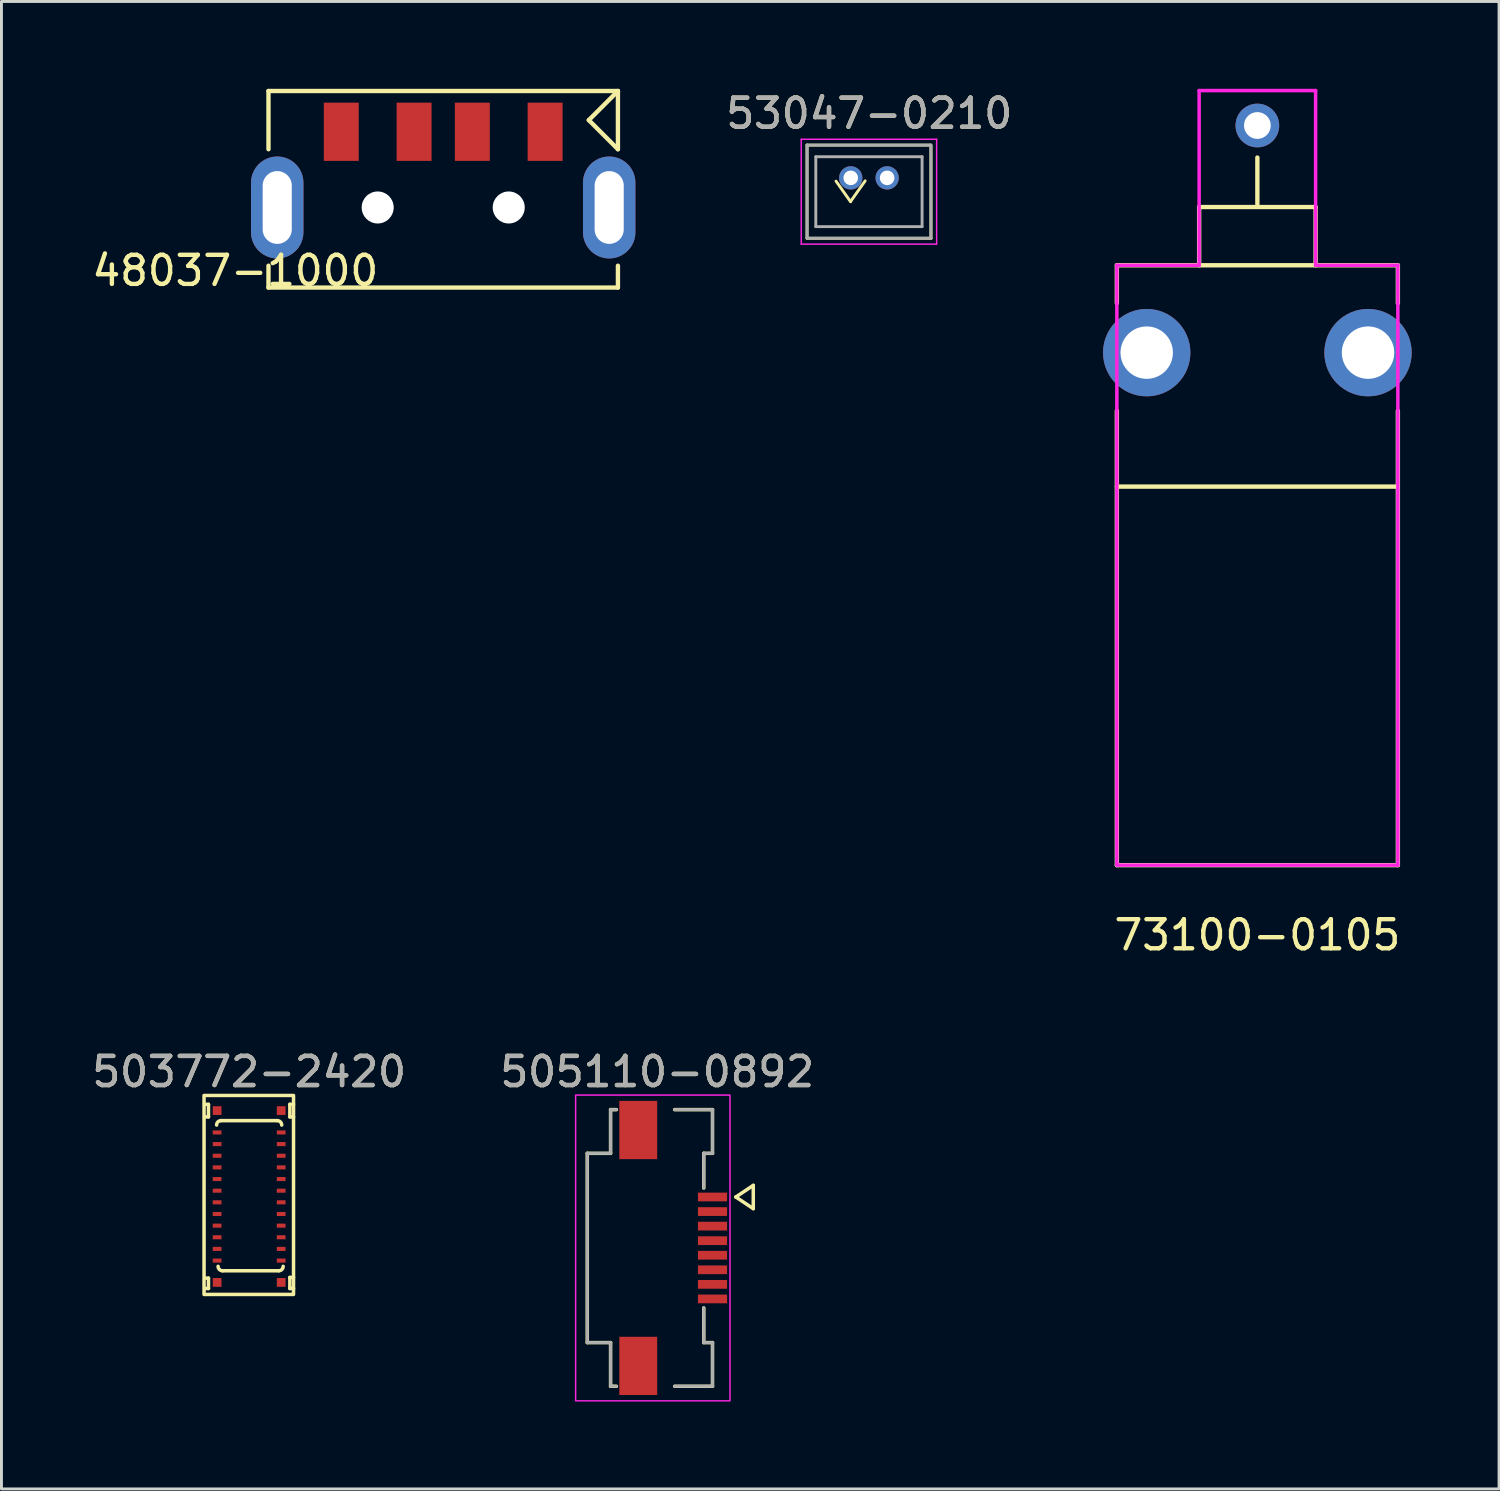
<source format=kicad_pcb>
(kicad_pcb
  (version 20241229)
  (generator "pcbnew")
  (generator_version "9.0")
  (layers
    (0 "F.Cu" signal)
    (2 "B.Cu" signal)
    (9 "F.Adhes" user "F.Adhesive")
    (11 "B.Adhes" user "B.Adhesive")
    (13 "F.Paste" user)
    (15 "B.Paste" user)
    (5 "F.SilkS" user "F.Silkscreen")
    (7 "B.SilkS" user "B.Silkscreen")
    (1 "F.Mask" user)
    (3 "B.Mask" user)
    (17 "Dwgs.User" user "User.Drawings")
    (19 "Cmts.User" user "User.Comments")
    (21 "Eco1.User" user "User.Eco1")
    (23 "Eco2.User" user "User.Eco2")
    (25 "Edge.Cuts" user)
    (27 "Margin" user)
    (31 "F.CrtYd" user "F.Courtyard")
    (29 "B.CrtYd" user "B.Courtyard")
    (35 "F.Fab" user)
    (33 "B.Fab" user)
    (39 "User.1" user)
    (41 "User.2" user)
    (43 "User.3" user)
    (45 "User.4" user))
  (footprint "503772-2420"
    (layer "F.Cu")
    (at 5.506 35.839)
    (property "Reference" "503772-2420" (at 0 -2.083 0) (unlocked yes) (layer "F.SilkS") (effects (font (size 1 1) (thickness 0.15))))
    (attr smd)
    (fp_line (start -1.524 -0.965) (end -1.397 -0.965) (stroke (width 0.12) (type solid)) (layer "F.SilkS"))
    (fp_line (start -1.524 5.004) (end -1.397 5.004) (stroke (width 0.12) (type solid)) (layer "F.SilkS"))
    (fp_line (start -1.397 -0.965) (end -1.397 -0.533) (stroke (width 0.12) (type solid)) (layer "F.SilkS"))
    (fp_line (start -1.397 -0.533) (end -1.524 -0.533) (stroke (width 0.12) (type solid)) (layer "F.SilkS"))
    (fp_line (start -1.397 5.004) (end -1.397 5.359) (stroke (width 0.12) (type solid)) (layer "F.SilkS"))
    (fp_line (start -1.397 5.359) (end -1.524 5.359) (stroke (width 0.12) (type solid)) (layer "F.SilkS"))
    (fp_line (start -0.965 -0.406) (end 0.965 -0.406) (stroke (width 0.12) (type solid)) (layer "F.SilkS"))
    (fp_line (start -0.914 4.75) (end 1.016 4.75) (stroke (width 0.12) (type solid)) (layer "F.SilkS"))
    (fp_line (start 1.397 -0.965) (end 1.397 -0.533) (stroke (width 0.12) (type solid)) (layer "F.SilkS"))
    (fp_line (start 1.397 -0.533) (end 1.524 -0.533) (stroke (width 0.12) (type solid)) (layer "F.SilkS"))
    (fp_line (start 1.397 4.978) (end 1.397 5.359) (stroke (width 0.12) (type solid)) (layer "F.SilkS"))
    (fp_line (start 1.397 5.359) (end 1.524 5.359) (stroke (width 0.12) (type solid)) (layer "F.SilkS"))
    (fp_line (start 1.524 -0.965) (end 1.397 -0.965) (stroke (width 0.12) (type solid)) (layer "F.SilkS"))
    (fp_line (start 1.524 4.978) (end 1.397 4.978) (stroke (width 0.12) (type solid)) (layer "F.SilkS"))
    (fp_rect (start -1.549 -1.27) (end 1.524 5.563) (stroke (width 0.12) (type solid)) (fill no) (layer "F.SilkS"))
    (fp_arc (start -1.1176 -0.254) (mid -1.072963 -0.361763) (end -0.9652 -0.4064) (stroke (width 0.12) (type solid)) (layer "F.SilkS"))
    (fp_arc (start -0.9144 4.7498) (mid -1.022163 4.705163) (end -1.0668 4.5974) (stroke (width 0.12) (type solid)) (layer "F.SilkS"))
    (fp_arc (start 0.9652 -0.4064) (mid 1.072963 -0.361763) (end 1.1176 -0.254) (stroke (width 0.12) (type solid)) (layer "F.SilkS"))
    (fp_arc (start 1.1684 4.5974) (mid 1.123763 4.705163) (end 1.016 4.7498) (stroke (width 0.12) (type solid)) (layer "F.SilkS"))
    (fp_text user "${REFERENCE}" (at 0 -2.083 0) (unlocked yes) (layer "F.Fab") (effects (font (size 1 1) (thickness 0.15))))
    (pad "1" smd rect (at -1.1 0) (size 0.3 0.14) (layers "F.Cu" "F.Mask" "F.Paste"))
    (pad "2" smd rect (at 1.1 0) (size 0.3 0.14) (layers "F.Cu" "F.Mask" "F.Paste"))
    (pad "3" smd rect (at -1.1 0.4) (size 0.3 0.14) (layers "F.Cu" "F.Mask" "F.Paste"))
    (pad "4" smd rect (at 1.1 0.4) (size 0.3 0.14) (layers "F.Cu" "F.Mask" "F.Paste"))
    (pad "5" smd rect (at -1.1 0.8) (size 0.3 0.14) (layers "F.Cu" "F.Mask" "F.Paste"))
    (pad "6" smd rect (at 1.1 0.8) (size 0.3 0.14) (layers "F.Cu" "F.Mask" "F.Paste"))
    (pad "7" smd rect (at -1.1 1.2) (size 0.3 0.14) (layers "F.Cu" "F.Mask" "F.Paste"))
    (pad "8" smd rect (at 1.1 1.2) (size 0.3 0.14) (layers "F.Cu" "F.Mask" "F.Paste"))
    (pad "9" smd rect (at -1.1 1.6) (size 0.3 0.14) (layers "F.Cu" "F.Mask" "F.Paste"))
    (pad "10" smd rect (at 1.1 1.6) (size 0.3 0.14) (layers "F.Cu" "F.Mask" "F.Paste"))
    (pad "11" smd rect (at -1.1 2) (size 0.3 0.14) (layers "F.Cu" "F.Mask" "F.Paste"))
    (pad "12" smd rect (at 1.1 2) (size 0.3 0.14) (layers "F.Cu" "F.Mask" "F.Paste"))
    (pad "13" smd rect (at -1.1 2.4) (size 0.3 0.14) (layers "F.Cu" "F.Mask" "F.Paste"))
    (pad "14" smd rect (at 1.1 2.4) (size 0.3 0.14) (layers "F.Cu" "F.Mask" "F.Paste"))
    (pad "15" smd rect (at -1.1 2.8) (size 0.3 0.14) (layers "F.Cu" "F.Mask" "F.Paste"))
    (pad "16" smd rect (at 1.1 2.8) (size 0.3 0.14) (layers "F.Cu" "F.Mask" "F.Paste"))
    (pad "17" smd rect (at -1.1 3.2) (size 0.3 0.14) (layers "F.Cu" "F.Mask" "F.Paste"))
    (pad "18" smd rect (at 1.1 3.2) (size 0.3 0.14) (layers "F.Cu" "F.Mask" "F.Paste"))
    (pad "19" smd rect (at -1.1 3.6) (size 0.3 0.14) (layers "F.Cu" "F.Mask" "F.Paste"))
    (pad "20" smd rect (at 1.1 3.6) (size 0.3 0.14) (layers "F.Cu" "F.Mask" "F.Paste"))
    (pad "21" smd rect (at -1.1 4) (size 0.3 0.14) (layers "F.Cu" "F.Mask" "F.Paste"))
    (pad "22" smd rect (at 1.1 4) (size 0.3 0.14) (layers "F.Cu" "F.Mask" "F.Paste"))
    (pad "23" smd rect (at -1.1 4.4) (size 0.3 0.14) (layers "F.Cu" "F.Mask" "F.Paste"))
    (pad "24" smd rect (at 1.1 4.4) (size 0.3 0.14) (layers "F.Cu" "F.Mask" "F.Paste"))
    (pad "G1" smd rect (at -1.1 -0.75) (size 0.3 0.3) (layers "F.Cu" "F.Mask" "F.Paste"))
    (pad "G1" smd rect (at 1.1 -0.75) (size 0.3 0.3) (layers "F.Cu" "F.Mask" "F.Paste"))
    (pad "G2" smd rect (at -1.1 5.15) (size 0.3 0.3) (layers "F.Cu" "F.Mask" "F.Paste"))
    (pad "G2" smd rect (at 1.1 5.15) (size 0.3 0.3) (layers "F.Cu" "F.Mask" "F.Paste")))
  (footprint "505110-0892"
    (layer "F.Cu")
    (at 21.418 38.056)
    (property "Reference" "505110-0892" (at -1.9 -4.3 0) (unlocked yes) (layer "F.SilkS") (effects (font (size 1 1) (thickness 0.15))))
    (attr smd)
    (fp_line (start -4.3 -1.5) (end -4.3 5) (stroke (width 0.12) (type solid)) (layer "F.SilkS"))
    (fp_line (start -4.3 5) (end -3.5 5) (stroke (width 0.12) (type solid)) (layer "F.SilkS"))
    (fp_line (start -3.5 -1.5) (end -4.3 -1.5) (stroke (width 0.12) (type solid)) (layer "F.SilkS"))
    (fp_line (start -3.5 -1.5) (end -3.5 -3) (stroke (width 0.12) (type solid)) (layer "F.SilkS"))
    (fp_line (start -3.5 6.5) (end -3.5 5) (stroke (width 0.12) (type solid)) (layer "F.SilkS"))
    (fp_line (start -3.5 6.5) (end -3.3 6.5) (stroke (width 0.12) (type solid)) (layer "F.SilkS"))
    (fp_line (start -3.3 -3) (end -3.5 -3) (stroke (width 0.12) (type solid)) (layer "F.SilkS"))
    (fp_line (start -1.3 6.5) (end 0 6.5) (stroke (width 0.12) (type solid)) (layer "F.SilkS"))
    (fp_line (start -0.3 -1.5) (end 0 -1.5) (stroke (width 0.12) (type solid)) (layer "F.SilkS"))
    (fp_line (start -0.3 -0.31) (end -0.3 -1.5) (stroke (width 0.12) (type solid)) (layer "F.SilkS"))
    (fp_line (start -0.3 5) (end -0.3 3.81) (stroke (width 0.12) (type solid)) (layer "F.SilkS"))
    (fp_line (start 0 -3) (end -1.3 -3) (stroke (width 0.12) (type solid)) (layer "F.SilkS"))
    (fp_line (start 0 -1.5) (end 0 -3) (stroke (width 0.12) (type solid)) (layer "F.SilkS"))
    (fp_line (start 0 5) (end -0.3 5) (stroke (width 0.12) (type solid)) (layer "F.SilkS"))
    (fp_line (start 0 6.5) (end 0 5) (stroke (width 0.12) (type solid)) (layer "F.SilkS"))
    (fp_line (start 0.8 0) (end 1.4 -0.4) (stroke (width 0.12) (type solid)) (layer "F.SilkS"))
    (fp_line (start 1.4 -0.4) (end 1.4 0.4) (stroke (width 0.12) (type solid)) (layer "F.SilkS"))
    (fp_line (start 1.4 0.4) (end 0.8 0) (stroke (width 0.12) (type solid)) (layer "F.SilkS"))
    (fp_rect (start -4.7 -3.5) (end 0.6 7) (stroke (width 0.05) (type solid)) (fill no) (layer "F.CrtYd"))
    (fp_line (start -4.3 -1.5) (end -4.3 5) (stroke (width 0.1) (type solid)) (layer "F.Fab"))
    (fp_line (start -4.3 5) (end -3.5 5) (stroke (width 0.1) (type solid)) (layer "F.Fab"))
    (fp_line (start -3.5 -3) (end -3.5 -1.5) (stroke (width 0.1) (type solid)) (layer "F.Fab"))
    (fp_line (start -3.5 -3) (end -3.3 -3) (stroke (width 0.1) (type solid)) (layer "F.Fab"))
    (fp_line (start -3.5 -1.5) (end -4.3 -1.5) (stroke (width 0.1) (type solid)) (layer "F.Fab"))
    (fp_line (start -3.5 5) (end -3.5 6.5) (stroke (width 0.1) (type solid)) (layer "F.Fab"))
    (fp_line (start -3.5 6.5) (end -3.3 6.5) (stroke (width 0.1) (type solid)) (layer "F.Fab"))
    (fp_line (start -1.3 -3) (end 0 -3) (stroke (width 0.1) (type solid)) (layer "F.Fab"))
    (fp_line (start -1.3 6.5) (end 0 6.5) (stroke (width 0.1) (type solid)) (layer "F.Fab"))
    (fp_line (start -0.3 -1.5) (end -0.3 -0.3) (stroke (width 0.1) (type solid)) (layer "F.Fab"))
    (fp_line (start -0.3 5) (end -0.3 3.8) (stroke (width 0.1) (type solid)) (layer "F.Fab"))
    (fp_line (start 0 -3) (end 0 -1.5) (stroke (width 0.1) (type solid)) (layer "F.Fab"))
    (fp_line (start 0 -1.5) (end -0.3 -1.5) (stroke (width 0.1) (type solid)) (layer "F.Fab"))
    (fp_line (start 0 5) (end -0.3 5) (stroke (width 0.1) (type solid)) (layer "F.Fab"))
    (fp_line (start 0 6.5) (end 0 5) (stroke (width 0.1) (type solid)) (layer "F.Fab"))
    (fp_text user "${REFERENCE}" (at -1.9 -4.3 0) (unlocked yes) (layer "F.Fab") (effects (font (size 1 1) (thickness 0.15))))
    (pad "1" smd rect (at 0 0) (size 1 0.3) (layers "F.Cu" "F.Mask" "F.Paste"))
    (pad "2" smd rect (at 0 0.5) (size 1 0.3) (layers "F.Cu" "F.Mask" "F.Paste"))
    (pad "3" smd rect (at 0 1) (size 1 0.3) (layers "F.Cu" "F.Mask" "F.Paste"))
    (pad "4" smd rect (at 0 1.5) (size 1 0.3) (layers "F.Cu" "F.Mask" "F.Paste"))
    (pad "5" smd rect (at 0 2) (size 1 0.3) (layers "F.Cu" "F.Mask" "F.Paste"))
    (pad "6" smd rect (at 0 2.5) (size 1 0.3) (layers "F.Cu" "F.Mask" "F.Paste"))
    (pad "7" smd rect (at 0 3) (size 1 0.3) (layers "F.Cu" "F.Mask" "F.Paste"))
    (pad "8" smd rect (at 0 3.5) (size 1 0.3) (layers "F.Cu" "F.Mask" "F.Paste"))
    (pad "A1" smd rect (at -2.55 -2.3) (size 1.3 2) (layers "F.Cu" "F.Mask" "F.Paste"))
    (pad "A2" smd rect (at -2.55 5.8) (size 1.3 2) (layers "F.Cu" "F.Mask" "F.Paste")))
  (footprint "73100-0105"
    (layer "F.Cu")
    (at 40.129 9.06)
    (property "Reference" "73100-0105" (at 0 20 0) (unlocked yes) (layer "F.SilkS") (effects (font (size 1 1) (thickness 0.15))))
    (attr through_hole)
    (fp_line (start -4.825 -3) (end -4.825 -1.7) (stroke (width 0.15) (type solid)) (layer "F.SilkS"))
    (fp_line (start -4.825 -3) (end 4.825 -3) (stroke (width 0.15) (type solid)) (layer "F.SilkS"))
    (fp_line (start -4.825 4.6) (end 4.825 4.6) (stroke (width 0.15) (type solid)) (layer "F.SilkS"))
    (fp_line (start -4.825 17.6) (end -4.825 2) (stroke (width 0.15) (type solid)) (layer "F.SilkS"))
    (fp_line (start -2 -5) (end 2 -5) (stroke (width 0.15) (type solid)) (layer "F.SilkS"))
    (fp_line (start -2 -3) (end -2 -5) (stroke (width 0.15) (type solid)) (layer "F.SilkS"))
    (fp_line (start 0 -5.1) (end 0 -6.7) (stroke (width 0.15) (type solid)) (layer "F.SilkS"))
    (fp_line (start 2 -5) (end 2 -3) (stroke (width 0.15) (type solid)) (layer "F.SilkS"))
    (fp_line (start 4.825 -3) (end 4.825 -1.7) (stroke (width 0.15) (type solid)) (layer "F.SilkS"))
    (fp_line (start 4.825 2) (end 4.825 17.6) (stroke (width 0.15) (type solid)) (layer "F.SilkS"))
    (fp_line (start 4.825 17.6) (end -4.825 17.6) (stroke (width 0.15) (type solid)) (layer "F.SilkS"))
    (fp_line (start -4.825 -3) (end -2 -3) (stroke (width 0.12) (type solid)) (layer "F.CrtYd"))
    (fp_line (start -4.825 17.6) (end -4.825 -3) (stroke (width 0.12) (type solid)) (layer "F.CrtYd"))
    (fp_line (start -2 -9) (end 2 -9) (stroke (width 0.12) (type solid)) (layer "F.CrtYd"))
    (fp_line (start -2 -3) (end -2 -9) (stroke (width 0.12) (type solid)) (layer "F.CrtYd"))
    (fp_line (start 2 -3) (end 2 -9) (stroke (width 0.12) (type solid)) (layer "F.CrtYd"))
    (fp_line (start 4.825 -3) (end 2 -3) (stroke (width 0.12) (type solid)) (layer "F.CrtYd"))
    (fp_line (start 4.825 -3) (end 4.825 17.6) (stroke (width 0.12) (type solid)) (layer "F.CrtYd"))
    (fp_line (start 4.825 17.6) (end -4.825 17.6) (stroke (width 0.12) (type solid)) (layer "F.CrtYd"))
    (pad "1" thru_hole circle (at 0 -7.8) (size 1.5 1.5) (drill 0.92) (layers "*.Cu" "*.Mask"))
    (pad "2" thru_hole circle (at -3.8 0) (size 3 3) (drill 1.8) (layers "*.Cu" "*.Mask"))
    (pad "3" thru_hole circle (at 3.8 0) (size 3 3) (drill 1.8) (layers "*.Cu" "*.Mask")))
  (footprint "53047-0210"
    (layer "F.Cu")
    (at 26.79 3.058)
    (property "Reference" "53047-0210" (at 0.01 -2.21 0) (layer "F.SilkS") (effects (font (size 1 1) (thickness 0.15))))
    (attr smd)
    (fp_line (start -2.125 -1.125) (end -2.125 2.075) (stroke (width 0.1) (type solid)) (layer "F.SilkS"))
    (fp_line (start -2.125 -1.125) (end 2.11 -1.125) (stroke (width 0.1) (type solid)) (layer "F.SilkS"))
    (fp_line (start -2.12 2.075) (end 2.13 2.075) (stroke (width 0.1) (type solid)) (layer "F.SilkS"))
    (fp_line (start -1.13 0.113) (end -0.63 0.82) (stroke (width 0.1) (type solid)) (layer "F.SilkS"))
    (fp_line (start -0.63 0.81) (end -0.13 0.103) (stroke (width 0.1) (type solid)) (layer "F.SilkS"))
    (fp_line (start 2.13 -1.125) (end 2.13 2.08) (stroke (width 0.1) (type solid)) (layer "F.SilkS"))
    (fp_line (start -2.325 -1.325) (end -2.325 2.275) (stroke (width 0.05) (type solid)) (layer "F.CrtYd"))
    (fp_line (start -2.325 2.275) (end 2.325 2.275) (stroke (width 0.05) (type solid)) (layer "F.CrtYd"))
    (fp_line (start 2.325 -1.325) (end -2.325 -1.325) (stroke (width 0.05) (type solid)) (layer "F.CrtYd"))
    (fp_line (start 2.325 2.275) (end 2.325 -1.325) (stroke (width 0.05) (type solid)) (layer "F.CrtYd"))
    (fp_line (start -2.125 -1.125) (end -2.125 2.075) (stroke (width 0.1) (type solid)) (layer "F.Fab"))
    (fp_line (start -2.125 -1.125) (end 2.11 -1.125) (stroke (width 0.1) (type solid)) (layer "F.Fab"))
    (fp_line (start -2.125 2.075) (end 2.13 2.075) (stroke (width 0.1) (type solid)) (layer "F.Fab"))
    (fp_line (start -1.825 -0.725) (end -1.825 1.675) (stroke (width 0.1) (type solid)) (layer "F.Fab"))
    (fp_line (start -1.825 -0.725) (end 1.825 -0.725) (stroke (width 0.1) (type solid)) (layer "F.Fab"))
    (fp_line (start -1.825 1.675) (end 1.825 1.675) (stroke (width 0.1) (type solid)) (layer "F.Fab"))
    (fp_line (start 1.825 -0.725) (end 1.825 1.675) (stroke (width 0.1) (type solid)) (layer "F.Fab"))
    (fp_line (start 2.13 -1.125) (end 2.13 2.08) (stroke (width 0.1) (type solid)) (layer "F.Fab"))
    (fp_text user "${REFERENCE}" (at 0.01 -2.21 0) (layer "F.Fab") (effects (font (size 1 1) (thickness 0.15))))
    (pad "1" thru_hole circle (at -0.625 0) (size 0.8 0.8) (drill 0.5) (layers "*.Cu" "*.Mask"))
    (pad "2" thru_hole circle (at 0.625 0) (size 0.8 0.8) (drill 0.5) (layers "*.Cu" "*.Mask")))
  (footprint "48037-1000"
    (layer "F.Cu")
    (at 12.17 4.075)
    (property "Reference" "48037-1000" (at -7.14 2.17 0) (layer "F.SilkS") (effects (font (size 1 1) (thickness 0.15))))
    (attr through_hole)
    (fp_line (start -6 -4) (end 6 -4) (stroke (width 0.15) (type solid)) (layer "F.SilkS"))
    (fp_line (start -6 -2) (end -6 -4) (stroke (width 0.15) (type solid)) (layer "F.SilkS"))
    (fp_line (start -6 2) (end -6 2.75) (stroke (width 0.15) (type solid)) (layer "F.SilkS"))
    (fp_line (start -6 2.75) (end 6 2.75) (stroke (width 0.15) (type solid)) (layer "F.SilkS"))
    (fp_line (start 5 -3) (end 6 -2) (stroke (width 0.15) (type solid)) (layer "F.SilkS"))
    (fp_line (start 6 -4) (end 5 -3) (stroke (width 0.15) (type solid)) (layer "F.SilkS"))
    (fp_line (start 6 -4) (end 6 -2) (stroke (width 0.15) (type solid)) (layer "F.SilkS"))
    (fp_line (start 6 2.75) (end 6 2) (stroke (width 0.15) (type solid)) (layer "F.SilkS"))
    (pad "" np_thru_hole circle (at -2.25 0) (size 1.1 1.1) (drill 1.1) (layers "*.Cu" "*.Mask"))
    (pad "" np_thru_hole circle (at 2.25 0) (size 1.1 1.1) (drill 1.1) (layers "*.Cu" "*.Mask"))
    (pad "1" smd rect (at 3.5 -2.6) (size 1.2 2) (layers "F.Cu" "F.Mask" "F.Paste"))
    (pad "2" smd rect (at 1 -2.6) (size 1.2 2) (layers "F.Cu" "F.Mask" "F.Paste"))
    (pad "3" smd rect (at -1 -2.6) (size 1.2 2) (layers "F.Cu" "F.Mask" "F.Paste"))
    (pad "4" smd rect (at -3.5 -2.6) (size 1.2 2) (layers "F.Cu" "F.Mask" "F.Paste"))
    (pad "5" thru_hole oval (at -5.7 0) (size 1.8 3.5) (drill oval 1 2.5) (layers "*.Cu" "*.Mask"))
    (pad "5" thru_hole oval (at 5.7 0) (size 1.8 3.5) (drill oval 1 2.5) (layers "*.Cu" "*.Mask")))
  (gr_rect
    (start -3 -3)
    (end 48.429 48.081)
    (stroke (width 0.1) (type default))
    (fill no)
    (layer "Edge.Cuts")))
</source>
